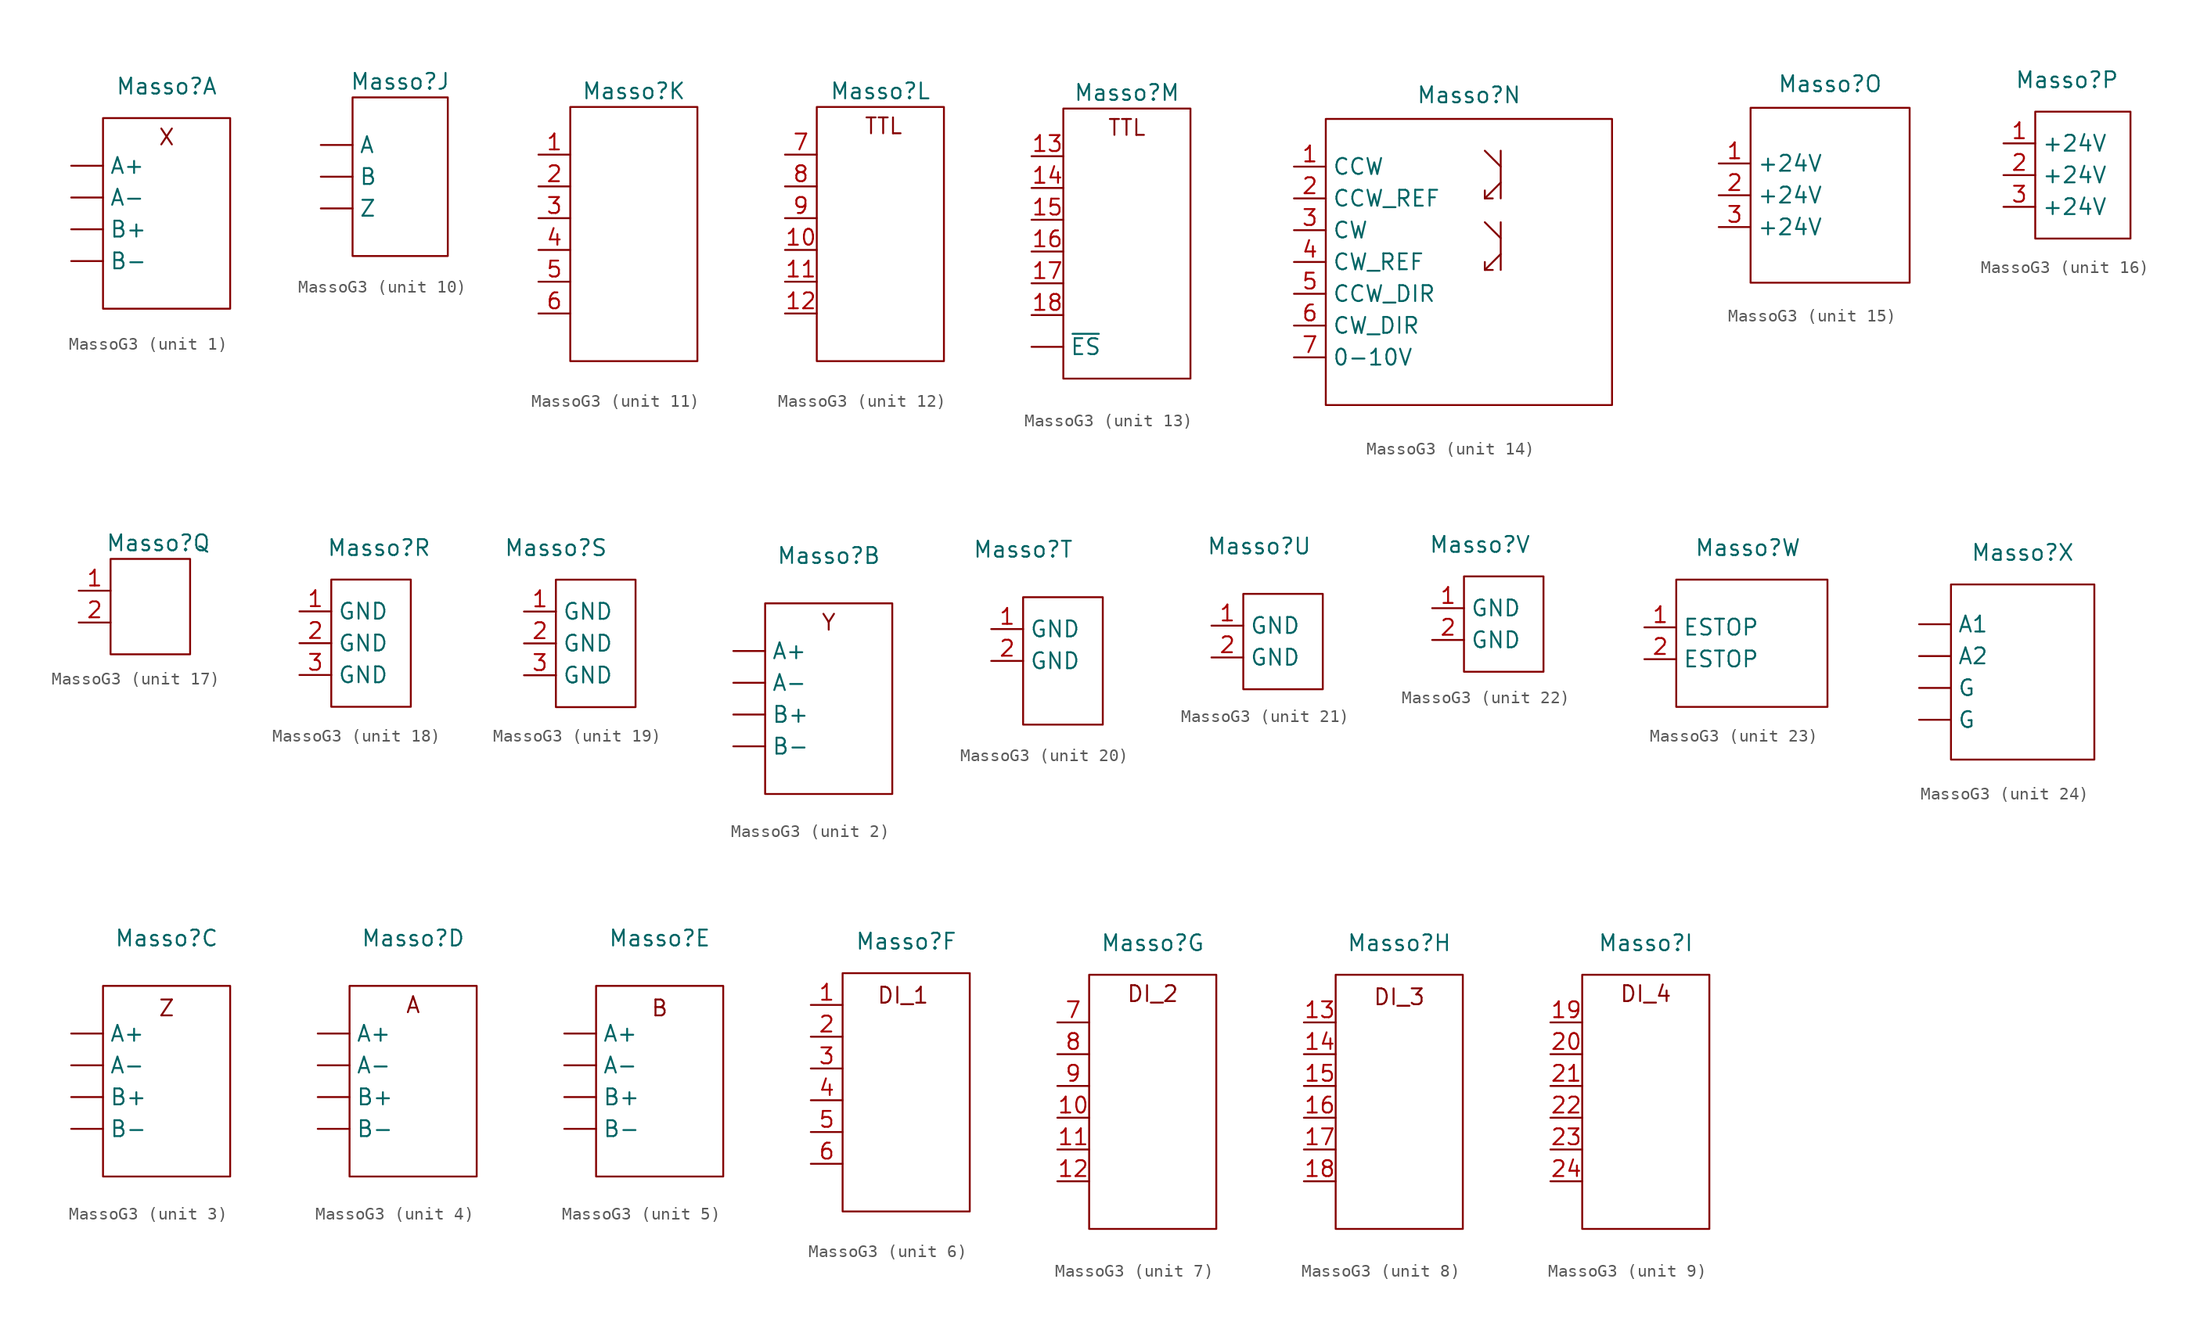
<source format=kicad_sym>
(kicad_symbol_lib
  (version 20231120)
  (generator "kicad_symbol_editor")
  (generator_version "8.0")
  (symbol "MassoG3"
    (property "Reference" "Masso"
      (at 0 0 0)
      (effects (font (size 1.27 1.27))))
    (property "Value" ""
      (at 0 0 0)
      (effects (font (size 1.27 1.27))))
    (property "ki_locked" ""
      (at 0 0 0)
      (effects (font (size 1.27 1.27))))
    (symbol "MassoG3_1_1"
      (unit_name "X Driver")
      (rectangle (start -5.08 -2.54) (end 5.08 -17.78) (stroke (width 0) (type default)) (fill (type none)))
      (text "X" (at 0 -4.064 0) (effects (font (size 1.27 1.27))))
      (pin output line (at -7.62 -6.35 0) (length 2.54) (name "A+" (effects (font (size 1.27 1.27)))) (number "" (effects (font (size 1.27 1.27)))))
      (pin output line (at -7.62 -8.89 0) (length 2.54) (name "A-" (effects (font (size 1.27 1.27)))) (number "" (effects (font (size 1.27 1.27)))))
      (pin output line (at -7.62 -11.43 0) (length 2.54) (name "B+" (effects (font (size 1.27 1.27)))) (number "" (effects (font (size 1.27 1.27)))))
      (pin output line (at -7.62 -13.97 0) (length 2.54) (name "B-" (effects (font (size 1.27 1.27)))) (number "" (effects (font (size 1.27 1.27))))))
    (symbol "MassoG3_2_1"
      (unit_name "Y Driver")
      (rectangle (start -5.08 -3.81) (end 5.08 -19.05) (stroke (width 0) (type default)) (fill (type none)))
      (text "Y" (at 0 -5.334 0) (effects (font (size 1.27 1.27))))
      (pin output line (at -7.62 -7.62 0) (length 2.54) (name "A+" (effects (font (size 1.27 1.27)))) (number "" (effects (font (size 1.27 1.27)))))
      (pin output line (at -7.62 -10.16 0) (length 2.54) (name "A-" (effects (font (size 1.27 1.27)))) (number "" (effects (font (size 1.27 1.27)))))
      (pin output line (at -7.62 -12.7 0) (length 2.54) (name "B+" (effects (font (size 1.27 1.27)))) (number "" (effects (font (size 1.27 1.27)))))
      (pin output line (at -7.62 -15.24 0) (length 2.54) (name "B-" (effects (font (size 1.27 1.27)))) (number "" (effects (font (size 1.27 1.27))))))
    (symbol "MassoG3_3_1"
      (unit_name "Z Driver")
      (rectangle (start -5.08 -3.81) (end 5.08 -19.05) (stroke (width 0) (type default)) (fill (type none)))
      (text "Z" (at 0 -5.588 0) (effects (font (size 1.27 1.27))))
      (pin output line (at -7.62 -7.62 0) (length 2.54) (name "A+" (effects (font (size 1.27 1.27)))) (number "" (effects (font (size 1.27 1.27)))))
      (pin output line (at -7.62 -10.16 0) (length 2.54) (name "A-" (effects (font (size 1.27 1.27)))) (number "" (effects (font (size 1.27 1.27)))))
      (pin output line (at -7.62 -12.7 0) (length 2.54) (name "B+" (effects (font (size 1.27 1.27)))) (number "" (effects (font (size 1.27 1.27)))))
      (pin output line (at -7.62 -15.24 0) (length 2.54) (name "B-" (effects (font (size 1.27 1.27)))) (number "" (effects (font (size 1.27 1.27))))))
    (symbol "MassoG3_4_1"
      (unit_name "A Driver")
      (rectangle (start -5.08 -3.81) (end 5.08 -19.05) (stroke (width 0) (type default)) (fill (type none)))
      (text "A" (at 0 -5.334 0) (effects (font (size 1.27 1.27))))
      (pin output line (at -7.62 -7.62 0) (length 2.54) (name "A+" (effects (font (size 1.27 1.27)))) (number "" (effects (font (size 1.27 1.27)))))
      (pin output line (at -7.62 -10.16 0) (length 2.54) (name "A-" (effects (font (size 1.27 1.27)))) (number "" (effects (font (size 1.27 1.27)))))
      (pin output line (at -7.62 -12.7 0) (length 2.54) (name "B+" (effects (font (size 1.27 1.27)))) (number "" (effects (font (size 1.27 1.27)))))
      (pin output line (at -7.62 -15.24 0) (length 2.54) (name "B-" (effects (font (size 1.27 1.27)))) (number "" (effects (font (size 1.27 1.27))))))
    (symbol "MassoG3_5_1"
      (unit_name "B Driver")
      (rectangle (start -5.08 -3.81) (end 5.08 -19.05) (stroke (width 0) (type default)) (fill (type none)))
      (text "B" (at 0 -5.588 0) (effects (font (size 1.27 1.27))))
      (pin output line (at -7.62 -7.62 0) (length 2.54) (name "A+" (effects (font (size 1.27 1.27)))) (number "" (effects (font (size 1.27 1.27)))))
      (pin output line (at -7.62 -10.16 0) (length 2.54) (name "A-" (effects (font (size 1.27 1.27)))) (number "" (effects (font (size 1.27 1.27)))))
      (pin output line (at -7.62 -12.7 0) (length 2.54) (name "B+" (effects (font (size 1.27 1.27)))) (number "" (effects (font (size 1.27 1.27)))))
      (pin output line (at -7.62 -15.24 0) (length 2.54) (name "B-" (effects (font (size 1.27 1.27)))) (number "" (effects (font (size 1.27 1.27))))))
    (symbol "MassoG3_6_1"
      (unit_name "Digital Input 1")
      (rectangle (start -5.08 -2.54) (end 5.08 -21.59) (stroke (width 0) (type default)) (fill (type none)))
      (text "DI_1" (at -0.254 -4.318 0) (effects (font (size 1.27 1.27))))
      (pin input line (at -7.62 -5.08 0) (length 2.54) (name "" (effects (font (size 1.27 1.27)))) (number "1" (effects (font (size 1.27 1.27)))))
      (pin input line (at -7.62 -7.62 0) (length 2.54) (name "" (effects (font (size 1.27 1.27)))) (number "2" (effects (font (size 1.27 1.27)))))
      (pin input line (at -7.62 -10.16 0) (length 2.54) (name "" (effects (font (size 1.27 1.27)))) (number "3" (effects (font (size 1.27 1.27)))))
      (pin input line (at -7.62 -12.7 0) (length 2.54) (name "" (effects (font (size 1.27 1.27)))) (number "4" (effects (font (size 1.27 1.27)))))
      (pin input line (at -7.62 -15.24 0) (length 2.54) (name "" (effects (font (size 1.27 1.27)))) (number "5" (effects (font (size 1.27 1.27)))))
      (pin input line (at -7.62 -17.78 0) (length 2.54) (name "" (effects (font (size 1.27 1.27)))) (number "6" (effects (font (size 1.27 1.27))))))
    (symbol "MassoG3_7_1"
      (unit_name "Digital Inputs 2")
      (rectangle (start -5.08 -2.54) (end 5.08 -22.86) (stroke (width 0) (type default)) (fill (type none)))
      (text "DI_2" (at 0 -4.064 0) (effects (font (size 1.27 1.27))))
      (pin input line (at -7.62 -13.97 0) (length 2.54) (name "" (effects (font (size 1.27 1.27)))) (number "10" (effects (font (size 1.27 1.27)))))
      (pin input line (at -7.62 -16.51 0) (length 2.54) (name "" (effects (font (size 1.27 1.27)))) (number "11" (effects (font (size 1.27 1.27)))))
      (pin input line (at -7.62 -19.05 0) (length 2.54) (name "" (effects (font (size 1.27 1.27)))) (number "12" (effects (font (size 1.27 1.27)))))
      (pin input line (at -7.62 -6.35 0) (length 2.54) (name "" (effects (font (size 1.27 1.27)))) (number "7" (effects (font (size 1.27 1.27)))))
      (pin input line (at -7.62 -8.89 0) (length 2.54) (name "" (effects (font (size 1.27 1.27)))) (number "8" (effects (font (size 1.27 1.27)))))
      (pin input line (at -7.62 -11.43 0) (length 2.54) (name "" (effects (font (size 1.27 1.27)))) (number "9" (effects (font (size 1.27 1.27))))))
    (symbol "MassoG3_8_1"
      (unit_name "Digital Inputs 3")
      (rectangle (start -5.08 -2.54) (end 5.08 -22.86) (stroke (width 0) (type default)) (fill (type none)))
      (text "DI_3" (at 0 -4.318 0) (effects (font (size 1.27 1.27))))
      (pin input line (at -7.62 -6.35 0) (length 2.54) (name "" (effects (font (size 1.27 1.27)))) (number "13" (effects (font (size 1.27 1.27)))))
      (pin input line (at -7.62 -8.89 0) (length 2.54) (name "" (effects (font (size 1.27 1.27)))) (number "14" (effects (font (size 1.27 1.27)))))
      (pin input line (at -7.62 -11.43 0) (length 2.54) (name "" (effects (font (size 1.27 1.27)))) (number "15" (effects (font (size 1.27 1.27)))))
      (pin input line (at -7.62 -13.97 0) (length 2.54) (name "" (effects (font (size 1.27 1.27)))) (number "16" (effects (font (size 1.27 1.27)))))
      (pin input line (at -7.62 -16.51 0) (length 2.54) (name "" (effects (font (size 1.27 1.27)))) (number "17" (effects (font (size 1.27 1.27)))))
      (pin input line (at -7.62 -19.05 0) (length 2.54) (name "" (effects (font (size 1.27 1.27)))) (number "18" (effects (font (size 1.27 1.27))))))
    (symbol "MassoG3_9_1"
      (unit_name "digital Inputs 4")
      (rectangle (start -5.08 -2.54) (end 5.08 -22.86) (stroke (width 0) (type default)) (fill (type none)))
      (text "DI_4" (at 0 -4.064 0) (effects (font (size 1.27 1.27))))
      (pin input line (at -7.62 -6.35 0) (length 2.54) (name "" (effects (font (size 1.27 1.27)))) (number "19" (effects (font (size 1.27 1.27)))))
      (pin input line (at -7.62 -8.89 0) (length 2.54) (name "" (effects (font (size 1.27 1.27)))) (number "20" (effects (font (size 1.27 1.27)))))
      (pin input line (at -7.62 -11.43 0) (length 2.54) (name "" (effects (font (size 1.27 1.27)))) (number "21" (effects (font (size 1.27 1.27)))))
      (pin input line (at -7.62 -13.97 0) (length 2.54) (name "" (effects (font (size 1.27 1.27)))) (number "22" (effects (font (size 1.27 1.27)))))
      (pin input line (at -7.62 -16.51 0) (length 2.54) (name "" (effects (font (size 1.27 1.27)))) (number "23" (effects (font (size 1.27 1.27)))))
      (pin input line (at -7.62 -19.05 0) (length 2.54) (name "" (effects (font (size 1.27 1.27)))) (number "24" (effects (font (size 1.27 1.27))))))
    (symbol "MassoG3_10_1"
      (unit_name "Encoder")
      (rectangle (start -3.81 -1.27) (end 3.81 -13.97) (stroke (width 0) (type default)) (fill (type none)))
      (pin input line (at -6.35 -5.08 0) (length 2.54) (name "A" (effects (font (size 1.27 1.27)))) (number "" (effects (font (size 1.27 1.27)))))
      (pin input line (at -6.35 -7.62 0) (length 2.54) (name "B" (effects (font (size 1.27 1.27)))) (number "" (effects (font (size 1.27 1.27)))))
      (pin input line (at -6.35 -10.16 0) (length 2.54) (name "Z" (effects (font (size 1.27 1.27)))) (number "" (effects (font (size 1.27 1.27))))))
    (symbol "MassoG3_11_1"
      (unit_name "TTL Outputs 1")
      (rectangle (start -5.08 -1.27) (end 5.08 -21.59) (stroke (width 0) (type default)) (fill (type none)))
      (pin output line (at -7.62 -5.08 0) (length 2.54) (name "" (effects (font (size 1.27 1.27)))) (number "1" (effects (font (size 1.27 1.27)))))
      (pin output line (at -7.62 -7.62 0) (length 2.54) (name "" (effects (font (size 1.27 1.27)))) (number "2" (effects (font (size 1.27 1.27)))))
      (pin output line (at -7.62 -10.16 0) (length 2.54) (name "" (effects (font (size 1.27 1.27)))) (number "3" (effects (font (size 1.27 1.27)))))
      (pin output line (at -7.62 -12.7 0) (length 2.54) (name "" (effects (font (size 1.27 1.27)))) (number "4" (effects (font (size 1.27 1.27)))))
      (pin output line (at -7.62 -15.24 0) (length 2.54) (name "" (effects (font (size 1.27 1.27)))) (number "5" (effects (font (size 1.27 1.27)))))
      (pin output line (at -7.62 -17.78 0) (length 2.54) (name "" (effects (font (size 1.27 1.27)))) (number "6" (effects (font (size 1.27 1.27))))))
    (symbol "MassoG3_12_1"
      (unit_name "TTL Outputs 2")
      (rectangle (start -5.08 -1.27) (end 5.08 -21.59) (stroke (width 0) (type default)) (fill (type none)))
      (text "TTL" (at 0.254 -2.794 0) (effects (font (size 1.27 1.27))))
      (pin output line (at -7.62 -12.7 0) (length 2.54) (name "" (effects (font (size 1.27 1.27)))) (number "10" (effects (font (size 1.27 1.27)))))
      (pin output line (at -7.62 -15.24 0) (length 2.54) (name "" (effects (font (size 1.27 1.27)))) (number "11" (effects (font (size 1.27 1.27)))))
      (pin output line (at -7.62 -17.78 0) (length 2.54) (name "" (effects (font (size 1.27 1.27)))) (number "12" (effects (font (size 1.27 1.27)))))
      (pin output line (at -7.62 -5.08 0) (length 2.54) (name "" (effects (font (size 1.27 1.27)))) (number "7" (effects (font (size 1.27 1.27)))))
      (pin output line (at -7.62 -7.62 0) (length 2.54) (name "" (effects (font (size 1.27 1.27)))) (number "8" (effects (font (size 1.27 1.27)))))
      (pin output line (at -7.62 -10.16 0) (length 2.54) (name "" (effects (font (size 1.27 1.27)))) (number "9" (effects (font (size 1.27 1.27))))))
    (symbol "MassoG3_13_1"
      (unit_name "TTL Outputs 3")
      (rectangle (start -5.08 -1.27) (end 5.08 -22.86) (stroke (width 0) (type default)) (fill (type none)))
      (text "TTL" (at 0 -2.794 0) (effects (font (size 1.27 1.27))))
      (pin output line (at -7.62 -20.32 0) (length 2.54) (name "~{ES}" (effects (font (size 1.27 1.27)))) (number "" (effects (font (size 1.27 1.27)))))
      (pin output line (at -7.62 -5.08 0) (length 2.54) (name "" (effects (font (size 1.27 1.27)))) (number "13" (effects (font (size 1.27 1.27)))))
      (pin output line (at -7.62 -7.62 0) (length 2.54) (name "" (effects (font (size 1.27 1.27)))) (number "14" (effects (font (size 1.27 1.27)))))
      (pin output line (at -7.62 -10.16 0) (length 2.54) (name "" (effects (font (size 1.27 1.27)))) (number "15" (effects (font (size 1.27 1.27)))))
      (pin output line (at -7.62 -12.7 0) (length 2.54) (name "" (effects (font (size 1.27 1.27)))) (number "16" (effects (font (size 1.27 1.27)))))
      (pin output line (at -7.62 -15.24 0) (length 2.54) (name "" (effects (font (size 1.27 1.27)))) (number "17" (effects (font (size 1.27 1.27)))))
      (pin output line (at -7.62 -17.78 0) (length 2.54) (name "" (effects (font (size 1.27 1.27)))) (number "18" (effects (font (size 1.27 1.27))))))
    (symbol "MassoG3_14_1"
      (unit_name "Spindle Control")
      (rectangle (start -11.43 -1.905) (end 11.43 -24.765) (stroke (width 0) (type default)) (fill (type none)))
      (polyline (pts (xy 2.54 -12.7) (xy 1.27 -13.97)) (stroke (width 0) (type default)) (fill (type none)))
      (polyline (pts (xy 2.54 -11.43) (xy 1.27 -10.16)) (stroke (width 0) (type default)) (fill (type none)))
      (polyline (pts (xy 2.54 -10.16) (xy 2.54 -13.97)) (stroke (width 0) (type default)) (fill (type none)))
      (polyline (pts (xy 2.54 -6.985) (xy 1.27 -8.255)) (stroke (width 0) (type default)) (fill (type none)))
      (polyline (pts (xy 2.54 -5.715) (xy 1.27 -4.445)) (stroke (width 0) (type default)) (fill (type none)))
      (polyline (pts (xy 2.54 -4.445) (xy 2.54 -8.255)) (stroke (width 0) (type default)) (fill (type none)))
      (polyline (pts (xy 1.905 -13.97) (xy 1.27 -13.97) (xy 1.27 -13.335)) (stroke (width 0) (type default)) (fill (type none)))
      (polyline (pts (xy 1.905 -8.255) (xy 1.27 -8.255) (xy 1.27 -7.62)) (stroke (width 0) (type default)) (fill (type none)))
      (pin open_collector line (at -13.97 -5.715 0) (length 2.54) (name "CCW" (effects (font (size 1.27 1.27)))) (number "1" (effects (font (size 1.27 1.27)))))
      (pin open_emitter line (at -13.97 -8.255 0) (length 2.54) (name "CCW_REF" (effects (font (size 1.27 1.27)))) (number "2" (effects (font (size 1.27 1.27)))))
      (pin open_collector line (at -13.97 -10.795 0) (length 2.54) (name "CW" (effects (font (size 1.27 1.27)))) (number "3" (effects (font (size 1.27 1.27)))))
      (pin open_emitter line (at -13.97 -13.335 0) (length 2.54) (name "CW_REF" (effects (font (size 1.27 1.27)))) (number "4" (effects (font (size 1.27 1.27)))))
      (pin output line (at -13.97 -15.875 0) (length 2.54) (name "CCW_DIR" (effects (font (size 1.27 1.27)))) (number "5" (effects (font (size 1.27 1.27)))))
      (pin output line (at -13.97 -18.415 0) (length 2.54) (name "CW_DIR" (effects (font (size 1.27 1.27)))) (number "6" (effects (font (size 1.27 1.27)))))
      (pin output line (at -13.97 -20.955 0) (length 2.54) (name "0-10V" (effects (font (size 1.27 1.27)))) (number "7" (effects (font (size 1.27 1.27))))))
    (symbol "MassoG3_15_1"
      (unit_name "Power3 1")
      (rectangle (start -6.35 -1.905) (end 6.35 -15.875) (stroke (width 0) (type default)) (fill (type none)))
      (pin power_out line (at -8.89 -6.35 0) (length 2.54) (name "+24V" (effects (font (size 1.27 1.27)))) (number "1" (effects (font (size 1.27 1.27)))))
      (pin power_out line (at -8.89 -8.89 0) (length 2.54) (name "+24V" (effects (font (size 1.27 1.27)))) (number "2" (effects (font (size 1.27 1.27)))))
      (pin power_out line (at -8.89 -11.43 0) (length 2.54) (name "+24V" (effects (font (size 1.27 1.27)))) (number "3" (effects (font (size 1.27 1.27))))))
    (symbol "MassoG3_16_1"
      (unit_name "Power3 2")
      (rectangle (start -2.54 -2.54) (end 5.08 -12.7) (stroke (width 0) (type default)) (fill (type none)))
      (pin power_out line (at -5.08 -5.08 0) (length 2.54) (name "+24V" (effects (font (size 1.27 1.27)))) (number "1" (effects (font (size 1.27 1.27)))))
      (pin power_out line (at -5.08 -7.62 0) (length 2.54) (name "+24V" (effects (font (size 1.27 1.27)))) (number "2" (effects (font (size 1.27 1.27)))))
      (pin power_out line (at -5.08 -10.16 0) (length 2.54) (name "+24V" (effects (font (size 1.27 1.27)))) (number "3" (effects (font (size 1.27 1.27))))))
    (symbol "MassoG3_17_1"
      (unit_name "PowerIn")
      (rectangle (start -3.81 -1.27) (end 2.54 -8.89) (stroke (width 0) (type default)) (fill (type none)))
      (pin power_in line (at -6.35 -3.81 0) (length 2.54) (name "" (effects (font (size 1.27 1.27)))) (number "1" (effects (font (size 1.27 1.27)))))
      (pin power_in line (at -6.35 -6.35 0) (length 2.54) (name "" (effects (font (size 1.27 1.27)))) (number "2" (effects (font (size 1.27 1.27))))))
    (symbol "MassoG3_18_1"
      (unit_name "GND3 1")
      (rectangle (start -3.81 -2.54) (end 2.54 -12.7) (stroke (width 0) (type default)) (fill (type none)))
      (pin power_out line (at -6.35 -5.08 0) (length 2.54) (name "GND" (effects (font (size 1.27 1.27)))) (number "1" (effects (font (size 1.27 1.27)))))
      (pin power_out line (at -6.35 -7.62 0) (length 2.54) (name "GND" (effects (font (size 1.27 1.27)))) (number "2" (effects (font (size 1.27 1.27)))))
      (pin power_out line (at -6.35 -10.16 0) (length 2.54) (name "GND" (effects (font (size 1.27 1.27)))) (number "3" (effects (font (size 1.27 1.27))))))
    (symbol "MassoG3_19_1"
      (unit_name "GND3 2")
      (rectangle (start 0 -2.54) (end 6.35 -12.7) (stroke (width 0) (type default)) (fill (type none)))
      (pin power_out line (at -2.54 -5.08 0) (length 2.54) (name "GND" (effects (font (size 1.27 1.27)))) (number "1" (effects (font (size 1.27 1.27)))))
      (pin power_out line (at -2.54 -7.62 0) (length 2.54) (name "GND" (effects (font (size 1.27 1.27)))) (number "2" (effects (font (size 1.27 1.27)))))
      (pin power_out line (at -2.54 -10.16 0) (length 2.54) (name "GND" (effects (font (size 1.27 1.27)))) (number "3" (effects (font (size 1.27 1.27))))))
    (symbol "MassoG3_20_1"
      (unit_name "GND")
      (rectangle (start 0 -3.81) (end 6.35 -13.97) (stroke (width 0) (type default)) (fill (type none)))
      (pin power_in line (at -2.54 -6.35 0) (length 2.54) (name "GND" (effects (font (size 1.27 1.27)))) (number "1" (effects (font (size 1.27 1.27)))))
      (pin power_in line (at -2.54 -8.89 0) (length 2.54) (name "GND" (effects (font (size 1.27 1.27)))) (number "2" (effects (font (size 1.27 1.27))))))
    (symbol "MassoG3_21_1"
      (unit_name "GND2 1")
      (rectangle (start -1.27 -3.81) (end 5.08 -11.43) (stroke (width 0) (type default)) (fill (type none)))
      (pin power_out line (at -3.81 -6.35 0) (length 2.54) (name "GND" (effects (font (size 1.27 1.27)))) (number "1" (effects (font (size 1.27 1.27)))))
      (pin power_out line (at -3.81 -8.89 0) (length 2.54) (name "GND" (effects (font (size 1.27 1.27)))) (number "2" (effects (font (size 1.27 1.27))))))
    (symbol "MassoG3_22_1"
      (unit_name "GND2 2")
      (rectangle (start -1.27 -2.54) (end 5.08 -10.16) (stroke (width 0) (type default)) (fill (type none)))
      (pin power_out line (at -3.81 -5.08 0) (length 2.54) (name "GND" (effects (font (size 1.27 1.27)))) (number "1" (effects (font (size 1.27 1.27)))))
      (pin power_out line (at -3.81 -7.62 0) (length 2.54) (name "GND" (effects (font (size 1.27 1.27)))) (number "2" (effects (font (size 1.27 1.27))))))
    (symbol "MassoG3_23_1"
      (unit_name "EStop")
      (rectangle (start -5.715 -2.54) (end 6.35 -12.7) (stroke (width 0) (type default)) (fill (type none)))
      (pin input line (at -8.255 -6.35 0) (length 2.54) (name "ESTOP" (effects (font (size 1.27 1.27)))) (number "1" (effects (font (size 1.27 1.27)))))
      (pin input line (at -8.255 -8.89 0) (length 2.54) (name "ESTOP" (effects (font (size 1.27 1.27)))) (number "2" (effects (font (size 1.27 1.27))))))
    (symbol "MassoG3_24_1"
      (unit_name "Analog")
      (rectangle (start -5.715 -2.54) (end 5.715 -16.51) (stroke (width 0) (type default)) (fill (type none)))
      (pin input line (at -8.255 -5.715 0) (length 2.54) (name "A1" (effects (font (size 1.27 1.27)))) (number "" (effects (font (size 1.27 1.27)))))
      (pin input line (at -8.255 -8.255 0) (length 2.54) (name "A2" (effects (font (size 1.27 1.27)))) (number "" (effects (font (size 1.27 1.27)))))
      (pin power_in line (at -8.255 -13.335 0) (length 2.54) (name "G" (effects (font (size 1.27 1.27)))) (number "" (effects (font (size 1.27 1.27)))))
      (pin power_in line (at -8.255 -10.795 0) (length 2.54) (name "G" (effects (font (size 1.27 1.27)))) (number "" (effects (font (size 1.27 1.27))))))))
</source>
